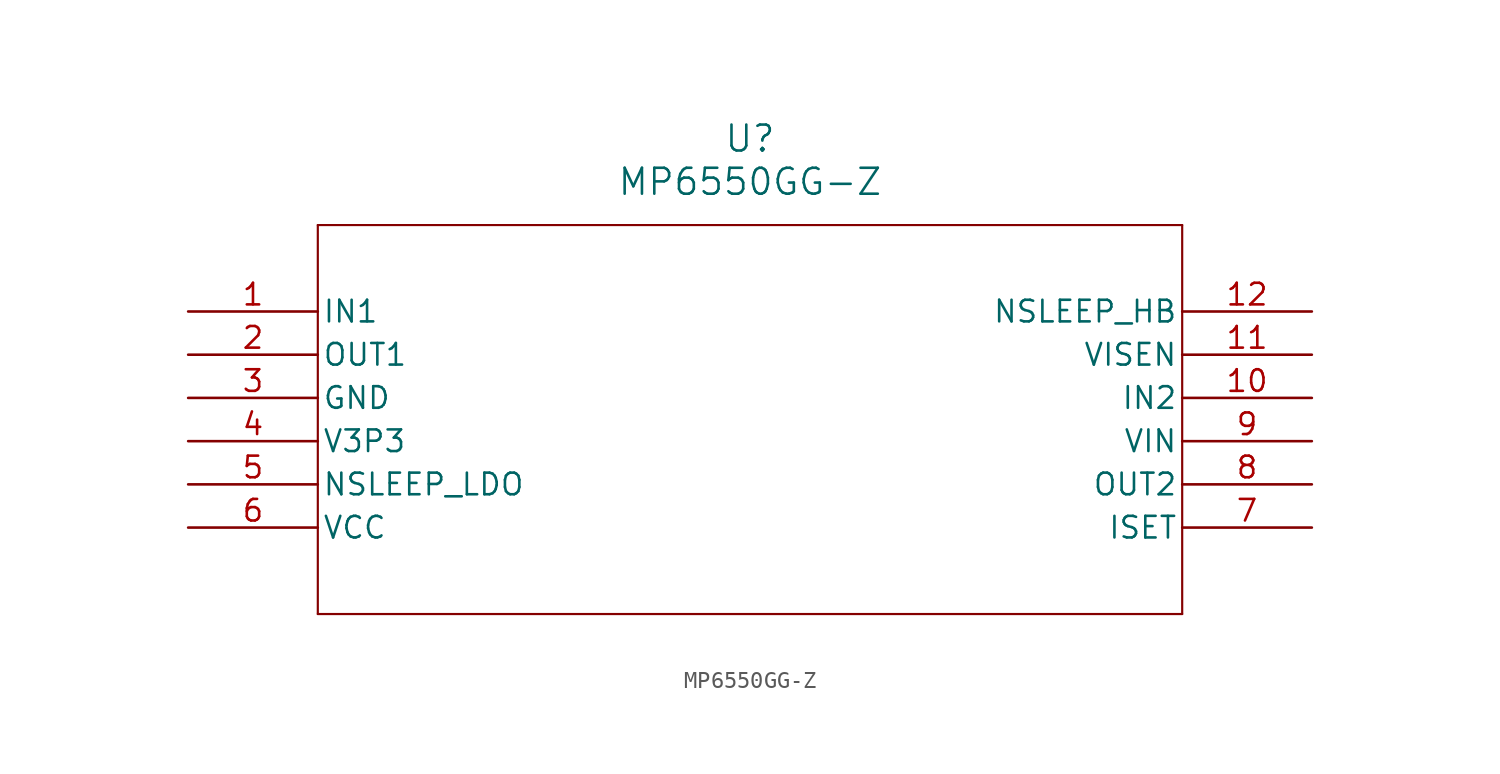
<source format=kicad_sym>
(kicad_symbol_lib
  (version 20211014)
  (generator kicad_symbol_editor)
  (symbol "MP6550GG-Z"
    (pin_names
      (offset 0.254))
    (property "Reference" "U"
      (at 33.02 10.16 0)
      (effects (font (size 1.524 1.524))))
    (property "Value" "MP6550GG-Z"
      (at 33.02 7.62 0)
      (effects (font (size 1.524 1.524))))
    (symbol "MP6550GG-Z_0_1"
      (polyline (pts (xy 7.62 5.08) (xy 7.62 -17.78)) (stroke (width 0.127) (type default) (color 0 0 0 0)) (fill (type none)))
      (polyline (pts (xy 7.62 -17.78) (xy 58.42 -17.78)) (stroke (width 0.127) (type default) (color 0 0 0 0)) (fill (type none)))
      (polyline (pts (xy 58.42 -17.78) (xy 58.42 5.08)) (stroke (width 0.127) (type default) (color 0 0 0 0)) (fill (type none)))
      (polyline (pts (xy 58.42 5.08) (xy 7.62 5.08)) (stroke (width 0.127) (type default) (color 0 0 0 0)) (fill (type none)))
      (pin input line (at 0 0 0) (length 7.62) (name "IN1" (effects (font (size 1.27 1.27)))) (number "1" (effects (font (size 1.27 1.27)))))
      (pin output line (at 0 -2.54 0) (length 7.62) (name "OUT1" (effects (font (size 1.27 1.27)))) (number "2" (effects (font (size 1.27 1.27)))))
      (pin power_out line (at 0 -5.08 0) (length 7.62) (name "GND" (effects (font (size 1.27 1.27)))) (number "3" (effects (font (size 1.27 1.27)))))
      (pin unspecified line (at 0 -7.62 0) (length 7.62) (name "V3P3" (effects (font (size 1.27 1.27)))) (number "4" (effects (font (size 1.27 1.27)))))
      (pin unspecified line (at 0 -10.16 0) (length 7.62) (name "NSLEEP_LDO" (effects (font (size 1.27 1.27)))) (number "5" (effects (font (size 1.27 1.27)))))
      (pin power_in line (at 0 -12.7 0) (length 7.62) (name "VCC" (effects (font (size 1.27 1.27)))) (number "6" (effects (font (size 1.27 1.27)))))
      (pin unspecified line (at 66.04 -12.7 180) (length 7.62) (name "ISET" (effects (font (size 1.27 1.27)))) (number "7" (effects (font (size 1.27 1.27)))))
      (pin output line (at 66.04 -10.16 180) (length 7.62) (name "OUT2" (effects (font (size 1.27 1.27)))) (number "8" (effects (font (size 1.27 1.27)))))
      (pin unspecified line (at 66.04 -7.62 180) (length 7.62) (name "VIN" (effects (font (size 1.27 1.27)))) (number "9" (effects (font (size 1.27 1.27)))))
      (pin input line (at 66.04 -5.08 180) (length 7.62) (name "IN2" (effects (font (size 1.27 1.27)))) (number "10" (effects (font (size 1.27 1.27)))))
      (pin unspecified line (at 66.04 -2.54 180) (length 7.62) (name "VISEN" (effects (font (size 1.27 1.27)))) (number "11" (effects (font (size 1.27 1.27)))))
      (pin unspecified line (at 66.04 0 180) (length 7.62) (name "NSLEEP_HB" (effects (font (size 1.27 1.27)))) (number "12" (effects (font (size 1.27 1.27))))))))
</source>
